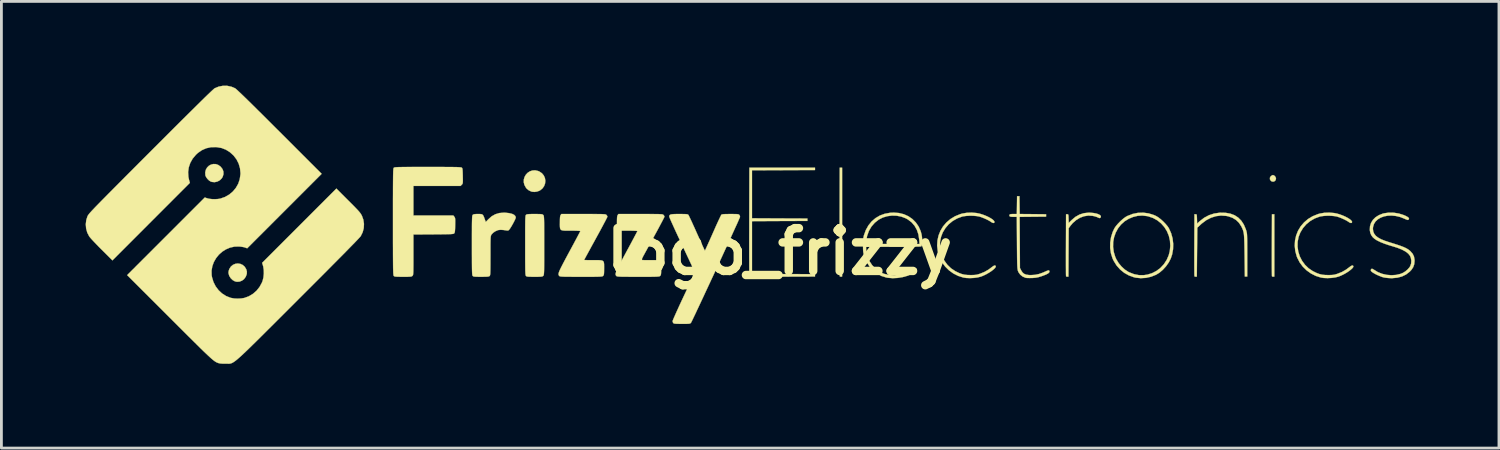
<source format=kicad_pcb>
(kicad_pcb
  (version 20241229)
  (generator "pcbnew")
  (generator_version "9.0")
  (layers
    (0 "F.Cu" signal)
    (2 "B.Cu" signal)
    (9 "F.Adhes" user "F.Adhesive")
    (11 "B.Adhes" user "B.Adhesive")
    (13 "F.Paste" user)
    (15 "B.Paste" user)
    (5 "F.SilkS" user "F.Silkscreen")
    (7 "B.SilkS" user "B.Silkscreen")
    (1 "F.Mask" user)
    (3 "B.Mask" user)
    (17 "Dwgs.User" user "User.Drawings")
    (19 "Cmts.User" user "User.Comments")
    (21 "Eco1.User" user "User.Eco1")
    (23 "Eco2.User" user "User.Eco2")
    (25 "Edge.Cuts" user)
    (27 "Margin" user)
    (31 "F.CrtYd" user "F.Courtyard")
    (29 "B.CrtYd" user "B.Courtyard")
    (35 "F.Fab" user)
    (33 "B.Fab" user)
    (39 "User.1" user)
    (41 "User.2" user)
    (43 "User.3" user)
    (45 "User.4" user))
  (footprint "logo_frizzy"
    (layer "F.Cu")
    (at 24.711 5.909)
    (property "Reference" "logo_frizzy" (at 0 0 0) (layer "F.SilkS") (effects (font (size 1.524 1.524) (thickness 0.3))))
    (attr through_hole)
    (fp_poly (pts (xy 17.611 -2.711) (xy 17.649 -2.675) (xy 17.674 -2.627) (xy 17.678 -2.601) (xy 17.665 -2.544) (xy 17.629 -2.506) (xy 17.581 -2.489) (xy 17.528 -2.498) (xy 17.492 -2.523) (xy 17.462 -2.574) (xy 17.462 -2.63) (xy 17.49 -2.68) (xy 17.503 -2.691) (xy 17.539 -2.715) (xy 17.567 -2.726) (xy 17.568 -2.726) (xy 17.611 -2.711)) (stroke (width 0.01) (type solid)) (fill yes) (layer "F.SilkS"))
    (fp_poly (pts (xy 17.619 0.889) (xy 17.581 0.894) (xy 17.548 0.89) (xy 17.534 0.877) (xy 17.533 0.857) (xy 17.532 0.806) (xy 17.531 0.726) (xy 17.53 0.622) (xy 17.529 0.495) (xy 17.529 0.349) (xy 17.529 0.186) (xy 17.529 0.01) (xy 17.53 -0.177) (xy 17.53 -0.237) (xy 17.534 -1.329) (xy 17.619 -1.329) (xy 17.619 0.889)) (stroke (width 0.01) (type solid)) (fill yes) (layer "F.SilkS"))
    (fp_poly (pts (xy 2.227 0.889) (xy 2.189 0.894) (xy 2.155 0.89) (xy 2.142 0.877) (xy 2.141 0.858) (xy 2.14 0.807) (xy 2.139 0.726) (xy 2.138 0.618) (xy 2.138 0.484) (xy 2.137 0.328) (xy 2.137 0.15) (xy 2.137 -0.046) (xy 2.137 -0.258) (xy 2.137 -0.485) (xy 2.137 -0.725) (xy 2.138 -0.974) (xy 2.138 -1.067) (xy 2.142 -2.989) (xy 2.227 -2.989) (xy 2.227 0.889)) (stroke (width 0.01) (type solid)) (fill yes) (layer "F.SilkS"))
    (fp_poly (pts (xy -20.074 -3.115) (xy -19.987 -3.084) (xy -19.906 -3.026) (xy -19.84 -2.942) (xy -19.805 -2.85) (xy -19.803 -2.755) (xy -19.833 -2.66) (xy -19.864 -2.609) (xy -19.934 -2.539) (xy -20.021 -2.493) (xy -20.116 -2.472) (xy -20.213 -2.48) (xy -20.261 -2.496) (xy -20.317 -2.532) (xy -20.373 -2.587) (xy -20.419 -2.65) (xy -20.446 -2.709) (xy -20.448 -2.718) (xy -20.453 -2.822) (xy -20.431 -2.914) (xy -20.386 -2.993) (xy -20.324 -3.055) (xy -20.248 -3.097) (xy -20.163 -3.118) (xy -20.074 -3.115)) (stroke (width 0.01) (type solid)) (fill yes) (layer "F.SilkS"))
    (fp_poly (pts (xy -19.202 0.438) (xy -19.119 0.476) (xy -19.048 0.538) (xy -18.994 0.625) (xy -18.992 0.63) (xy -18.969 0.714) (xy -18.973 0.797) (xy -19.006 0.888) (xy -19.009 0.894) (xy -19.067 0.976) (xy -19.143 1.035) (xy -19.231 1.069) (xy -19.324 1.076) (xy -19.395 1.06) (xy -19.478 1.013) (xy -19.548 0.944) (xy -19.599 0.861) (xy -19.623 0.772) (xy -19.625 0.745) (xy -19.618 0.691) (xy -19.599 0.631) (xy -19.594 0.618) (xy -19.538 0.532) (xy -19.465 0.472) (xy -19.381 0.436) (xy -19.292 0.424) (xy -19.202 0.438)) (stroke (width 0.01) (type solid)) (fill yes) (layer "F.SilkS"))
    (fp_poly (pts (xy -8.598 -2.87) (xy -8.553 -2.851) (xy -8.462 -2.789) (xy -8.397 -2.71) (xy -8.356 -2.619) (xy -8.341 -2.522) (xy -8.351 -2.424) (xy -8.386 -2.33) (xy -8.445 -2.247) (xy -8.53 -2.179) (xy -8.553 -2.167) (xy -8.637 -2.137) (xy -8.73 -2.124) (xy -8.816 -2.132) (xy -8.843 -2.14) (xy -8.931 -2.181) (xy -8.996 -2.232) (xy -9.03 -2.273) (xy -9.085 -2.37) (xy -9.11 -2.469) (xy -9.107 -2.566) (xy -9.081 -2.657) (xy -9.034 -2.739) (xy -8.97 -2.807) (xy -8.891 -2.858) (xy -8.8 -2.888) (xy -8.702 -2.894) (xy -8.598 -2.87)) (stroke (width 0.01) (type solid)) (fill yes) (layer "F.SilkS"))
    (fp_poly (pts (xy 1.262 -2.904) (xy -0.982 -2.895) (xy -0.982 -1.186) (xy 0.004 -1.181) (xy 0.991 -1.177) (xy 0.991 -1.092) (xy 0.004 -1.088) (xy -0.982 -1.083) (xy -0.982 0.796) (xy 0.14 0.8) (xy 1.262 0.804) (xy 1.262 0.889) (xy 0.097 0.893) (xy -0.139 0.894) (xy -0.343 0.895) (xy -0.517 0.894) (xy -0.663 0.894) (xy -0.783 0.893) (xy -0.88 0.892) (xy -0.955 0.89) (xy -1.01 0.887) (xy -1.047 0.884) (xy -1.068 0.881) (xy -1.076 0.876) (xy -1.077 0.857) (xy -1.078 0.806) (xy -1.079 0.725) (xy -1.079 0.617) (xy -1.08 0.484) (xy -1.08 0.328) (xy -1.081 0.15) (xy -1.081 -0.046) (xy -1.081 -0.258) (xy -1.081 -0.485) (xy -1.08 -0.725) (xy -1.08 -0.974) (xy -1.08 -1.067) (xy -1.075 -2.989) (xy 1.262 -2.989) (xy 1.262 -2.904)) (stroke (width 0.01) (type solid)) (fill yes) (layer "F.SilkS"))
    (fp_poly (pts (xy 11.073 -1.384) (xy 11.185 -1.373) (xy 11.281 -1.355) (xy 11.357 -1.329) (xy 11.412 -1.299) (xy 11.441 -1.265) (xy 11.441 -1.23) (xy 11.425 -1.207) (xy 11.406 -1.194) (xy 11.382 -1.195) (xy 11.342 -1.212) (xy 11.331 -1.218) (xy 11.278 -1.239) (xy 11.207 -1.26) (xy 11.143 -1.273) (xy 10.993 -1.282) (xy 10.844 -1.259) (xy 10.7 -1.206) (xy 10.564 -1.124) (xy 10.44 -1.016) (xy 10.356 -0.916) (xy 10.296 -0.834) (xy 10.291 0.027) (xy 10.287 0.889) (xy 10.249 0.894) (xy 10.216 0.89) (xy 10.202 0.877) (xy 10.201 0.857) (xy 10.199 0.806) (xy 10.198 0.726) (xy 10.198 0.622) (xy 10.197 0.495) (xy 10.197 0.349) (xy 10.197 0.186) (xy 10.197 0.01) (xy 10.198 -0.177) (xy 10.198 -0.237) (xy 10.202 -1.329) (xy 10.245 -1.329) (xy 10.265 -1.328) (xy 10.277 -1.32) (xy 10.285 -1.298) (xy 10.289 -1.256) (xy 10.291 -1.188) (xy 10.292 -1.175) (xy 10.297 -1.021) (xy 10.402 -1.124) (xy 10.538 -1.238) (xy 10.681 -1.318) (xy 10.834 -1.367) (xy 10.999 -1.386) (xy 11.073 -1.384)) (stroke (width 0.01) (type solid)) (fill yes) (layer "F.SilkS"))
    (fp_poly (pts (xy 8.547 -1.655) (xy 8.552 -1.338) (xy 9.022 -1.334) (xy 9.491 -1.329) (xy 9.491 -1.245) (xy 8.549 -1.236) (xy 8.555 -0.325) (xy 8.56 0.585) (xy 8.603 0.669) (xy 8.65 0.741) (xy 8.707 0.791) (xy 8.782 0.821) (xy 8.879 0.835) (xy 8.949 0.837) (xy 9.093 0.828) (xy 9.231 0.8) (xy 9.372 0.751) (xy 9.454 0.715) (xy 9.52 0.686) (xy 9.562 0.671) (xy 9.587 0.668) (xy 9.601 0.676) (xy 9.602 0.678) (xy 9.613 0.713) (xy 9.599 0.746) (xy 9.559 0.781) (xy 9.489 0.817) (xy 9.39 0.856) (xy 9.313 0.883) (xy 9.213 0.913) (xy 9.123 0.93) (xy 9.026 0.939) (xy 8.983 0.941) (xy 8.905 0.942) (xy 8.834 0.941) (xy 8.781 0.937) (xy 8.763 0.934) (xy 8.658 0.89) (xy 8.572 0.823) (xy 8.509 0.736) (xy 8.488 0.686) (xy 8.482 0.664) (xy 8.477 0.636) (xy 8.472 0.601) (xy 8.468 0.553) (xy 8.465 0.492) (xy 8.462 0.414) (xy 8.46 0.317) (xy 8.458 0.196) (xy 8.457 0.051) (xy 8.455 -0.124) (xy 8.454 -0.318) (xy 8.448 -1.236) (xy 8.323 -1.236) (xy 8.249 -1.239) (xy 8.203 -1.25) (xy 8.184 -1.271) (xy 8.186 -1.303) (xy 8.19 -1.312) (xy 8.204 -1.326) (xy 8.237 -1.334) (xy 8.296 -1.338) (xy 8.324 -1.338) (xy 8.449 -1.338) (xy 8.458 -1.973) (xy 8.543 -1.973) (xy 8.547 -1.655)) (stroke (width 0.01) (type solid)) (fill yes) (layer "F.SilkS"))
    (fp_poly (pts (xy 15.883 -1.381) (xy 16.053 -1.351) (xy 16.204 -1.294) (xy 16.333 -1.21) (xy 16.443 -1.099) (xy 16.533 -0.961) (xy 16.604 -0.794) (xy 16.614 -0.762) (xy 16.624 -0.731) (xy 16.631 -0.702) (xy 16.638 -0.671) (xy 16.643 -0.636) (xy 16.647 -0.591) (xy 16.649 -0.535) (xy 16.651 -0.464) (xy 16.653 -0.374) (xy 16.653 -0.262) (xy 16.654 -0.124) (xy 16.654 0.043) (xy 16.654 0.127) (xy 16.654 0.889) (xy 16.569 0.889) (xy 16.56 0.144) (xy 16.557 -0.046) (xy 16.554 -0.205) (xy 16.551 -0.337) (xy 16.547 -0.447) (xy 16.542 -0.536) (xy 16.536 -0.609) (xy 16.527 -0.67) (xy 16.515 -0.721) (xy 16.501 -0.767) (xy 16.484 -0.811) (xy 16.463 -0.856) (xy 16.442 -0.899) (xy 16.36 -1.025) (xy 16.255 -1.127) (xy 16.127 -1.204) (xy 15.978 -1.256) (xy 15.9 -1.271) (xy 15.718 -1.283) (xy 15.54 -1.261) (xy 15.365 -1.206) (xy 15.198 -1.12) (xy 15.038 -1.001) (xy 14.989 -0.957) (xy 14.876 -0.85) (xy 14.867 0.02) (xy 14.859 0.889) (xy 14.821 0.894) (xy 14.788 0.89) (xy 14.774 0.877) (xy 14.773 0.857) (xy 14.771 0.806) (xy 14.77 0.726) (xy 14.77 0.622) (xy 14.769 0.495) (xy 14.769 0.349) (xy 14.769 0.186) (xy 14.769 0.01) (xy 14.77 -0.177) (xy 14.77 -0.237) (xy 14.774 -1.329) (xy 14.817 -1.329) (xy 14.836 -1.328) (xy 14.849 -1.32) (xy 14.856 -1.3) (xy 14.86 -1.26) (xy 14.863 -1.195) (xy 14.864 -1.163) (xy 14.869 -0.997) (xy 14.963 -1.083) (xy 15.12 -1.204) (xy 15.291 -1.295) (xy 15.476 -1.355) (xy 15.673 -1.384) (xy 15.691 -1.385) (xy 15.883 -1.381)) (stroke (width 0.01) (type solid)) (fill yes) (layer "F.SilkS"))
    (fp_poly (pts (xy -8.62 -1.337) (xy -8.546 -1.336) (xy -8.494 -1.333) (xy -8.459 -1.328) (xy -8.437 -1.32) (xy -8.421 -1.308) (xy -8.416 -1.304) (xy -8.409 -1.296) (xy -8.403 -1.286) (xy -8.398 -1.271) (xy -8.394 -1.249) (xy -8.391 -1.217) (xy -8.388 -1.173) (xy -8.386 -1.113) (xy -8.384 -1.036) (xy -8.383 -0.939) (xy -8.383 -0.819) (xy -8.382 -0.673) (xy -8.382 -0.5) (xy -8.382 -0.296) (xy -8.382 -0.22) (xy -8.382 -0.006) (xy -8.382 0.178) (xy -8.382 0.332) (xy -8.383 0.461) (xy -8.384 0.565) (xy -8.385 0.649) (xy -8.387 0.714) (xy -8.39 0.764) (xy -8.393 0.8) (xy -8.397 0.825) (xy -8.401 0.842) (xy -8.407 0.853) (xy -8.413 0.861) (xy -8.416 0.864) (xy -8.431 0.876) (xy -8.451 0.885) (xy -8.481 0.891) (xy -8.526 0.895) (xy -8.592 0.897) (xy -8.685 0.897) (xy -8.727 0.897) (xy -8.831 0.897) (xy -8.906 0.896) (xy -8.959 0.893) (xy -8.993 0.887) (xy -9.015 0.88) (xy -9.029 0.868) (xy -9.031 0.867) (xy -9.037 0.858) (xy -9.042 0.844) (xy -9.046 0.822) (xy -9.05 0.79) (xy -9.052 0.745) (xy -9.055 0.684) (xy -9.056 0.606) (xy -9.057 0.507) (xy -9.058 0.385) (xy -9.059 0.238) (xy -9.059 0.063) (xy -9.059 -0.143) (xy -9.059 -0.223) (xy -9.059 -0.439) (xy -9.059 -0.624) (xy -9.059 -0.779) (xy -9.058 -0.909) (xy -9.057 -1.015) (xy -9.056 -1.099) (xy -9.054 -1.165) (xy -9.051 -1.215) (xy -9.048 -1.251) (xy -9.044 -1.276) (xy -9.04 -1.292) (xy -9.034 -1.303) (xy -9.028 -1.31) (xy -9.012 -1.32) (xy -8.986 -1.328) (xy -8.946 -1.333) (xy -8.886 -1.336) (xy -8.801 -1.338) (xy -8.724 -1.338) (xy -8.62 -1.337)) (stroke (width 0.01) (type solid)) (fill yes) (layer "F.SilkS"))
    (fp_poly (pts (xy 13.143 -1.36) (xy 13.332 -1.301) (xy 13.409 -1.266) (xy 13.487 -1.219) (xy 13.575 -1.151) (xy 13.665 -1.069) (xy 13.75 -0.981) (xy 13.821 -0.896) (xy 13.864 -0.83) (xy 13.943 -0.656) (xy 13.995 -0.47) (xy 14.018 -0.277) (xy 14.013 -0.084) (xy 13.979 0.104) (xy 13.931 0.246) (xy 13.858 0.388) (xy 13.761 0.525) (xy 13.648 0.649) (xy 13.525 0.753) (xy 13.405 0.826) (xy 13.231 0.895) (xy 13.048 0.936) (xy 12.863 0.947) (xy 12.683 0.929) (xy 12.62 0.914) (xy 12.441 0.85) (xy 12.275 0.757) (xy 12.128 0.638) (xy 12.001 0.495) (xy 11.899 0.332) (xy 11.858 0.246) (xy 11.801 0.066) (xy 11.773 -0.123) (xy 11.773 -0.165) (xy 11.877 -0.165) (xy 11.901 0.013) (xy 11.954 0.188) (xy 11.991 0.271) (xy 12.073 0.408) (xy 12.178 0.534) (xy 12.297 0.642) (xy 12.425 0.725) (xy 12.449 0.737) (xy 12.623 0.804) (xy 12.794 0.838) (xy 12.966 0.84) (xy 13.097 0.821) (xy 13.268 0.768) (xy 13.426 0.686) (xy 13.566 0.578) (xy 13.687 0.448) (xy 13.785 0.298) (xy 13.857 0.132) (xy 13.896 -0.017) (xy 13.914 -0.205) (xy 13.902 -0.388) (xy 13.862 -0.562) (xy 13.795 -0.724) (xy 13.703 -0.872) (xy 13.589 -1.002) (xy 13.455 -1.111) (xy 13.301 -1.196) (xy 13.131 -1.254) (xy 13.098 -1.262) (xy 12.924 -1.283) (xy 12.756 -1.274) (xy 12.587 -1.232) (xy 12.437 -1.17) (xy 12.287 -1.078) (xy 12.159 -0.962) (xy 12.053 -0.827) (xy 11.971 -0.676) (xy 11.913 -0.513) (xy 11.881 -0.341) (xy 11.877 -0.165) (xy 11.773 -0.165) (xy 11.774 -0.317) (xy 11.803 -0.509) (xy 11.86 -0.693) (xy 11.925 -0.83) (xy 11.978 -0.908) (xy 12.052 -0.994) (xy 12.138 -1.082) (xy 12.228 -1.162) (xy 12.315 -1.228) (xy 12.381 -1.266) (xy 12.567 -1.339) (xy 12.758 -1.379) (xy 12.951 -1.386) (xy 13.143 -1.36)) (stroke (width 0.01) (type solid)) (fill yes) (layer "F.SilkS"))
    (fp_poly (pts (xy 7.015 -1.373) (xy 7.109 -1.355) (xy 7.216 -1.324) (xy 7.321 -1.285) (xy 7.42 -1.241) (xy 7.508 -1.194) (xy 7.579 -1.148) (xy 7.629 -1.103) (xy 7.653 -1.065) (xy 7.654 -1.055) (xy 7.643 -1.024) (xy 7.612 -1.017) (xy 7.566 -1.033) (xy 7.53 -1.057) (xy 7.468 -1.097) (xy 7.384 -1.141) (xy 7.289 -1.184) (xy 7.193 -1.222) (xy 7.112 -1.248) (xy 7.015 -1.265) (xy 6.898 -1.275) (xy 6.772 -1.277) (xy 6.65 -1.27) (xy 6.544 -1.256) (xy 6.504 -1.247) (xy 6.327 -1.182) (xy 6.166 -1.09) (xy 6.024 -0.974) (xy 5.905 -0.836) (xy 5.811 -0.681) (xy 5.751 -0.525) (xy 5.715 -0.349) (xy 5.712 -0.172) (xy 5.738 0.004) (xy 5.792 0.172) (xy 5.873 0.33) (xy 5.978 0.472) (xy 6.106 0.596) (xy 6.255 0.696) (xy 6.275 0.706) (xy 6.39 0.762) (xy 6.491 0.8) (xy 6.589 0.823) (xy 6.697 0.834) (xy 6.807 0.836) (xy 6.901 0.835) (xy 6.972 0.83) (xy 7.033 0.82) (xy 7.094 0.803) (xy 7.137 0.789) (xy 7.298 0.724) (xy 7.439 0.643) (xy 7.543 0.566) (xy 7.607 0.518) (xy 7.652 0.495) (xy 7.682 0.497) (xy 7.7 0.519) (xy 7.695 0.551) (xy 7.664 0.594) (xy 7.611 0.643) (xy 7.541 0.697) (xy 7.458 0.751) (xy 7.368 0.803) (xy 7.275 0.849) (xy 7.183 0.887) (xy 7.171 0.891) (xy 7.056 0.92) (xy 6.923 0.938) (xy 6.782 0.945) (xy 6.649 0.94) (xy 6.543 0.924) (xy 6.36 0.866) (xy 6.188 0.779) (xy 6.033 0.667) (xy 5.897 0.533) (xy 5.784 0.381) (xy 5.699 0.213) (xy 5.684 0.175) (xy 5.632 -0.018) (xy 5.611 -0.209) (xy 5.622 -0.395) (xy 5.662 -0.574) (xy 5.729 -0.742) (xy 5.823 -0.898) (xy 5.942 -1.037) (xy 6.084 -1.158) (xy 6.247 -1.257) (xy 6.43 -1.332) (xy 6.509 -1.355) (xy 6.67 -1.382) (xy 6.843 -1.388) (xy 7.015 -1.373)) (stroke (width 0.01) (type solid)) (fill yes) (layer "F.SilkS"))
    (fp_poly (pts (xy 19.749 -1.373) (xy 19.843 -1.355) (xy 19.95 -1.324) (xy 20.055 -1.285) (xy 20.154 -1.241) (xy 20.242 -1.194) (xy 20.313 -1.148) (xy 20.363 -1.103) (xy 20.387 -1.065) (xy 20.388 -1.055) (xy 20.377 -1.024) (xy 20.346 -1.017) (xy 20.3 -1.033) (xy 20.264 -1.057) (xy 20.202 -1.097) (xy 20.118 -1.141) (xy 20.023 -1.184) (xy 19.927 -1.222) (xy 19.846 -1.248) (xy 19.749 -1.265) (xy 19.632 -1.275) (xy 19.506 -1.277) (xy 19.384 -1.27) (xy 19.278 -1.256) (xy 19.238 -1.247) (xy 19.061 -1.182) (xy 18.9 -1.09) (xy 18.758 -0.974) (xy 18.639 -0.836) (xy 18.545 -0.681) (xy 18.484 -0.525) (xy 18.449 -0.349) (xy 18.446 -0.172) (xy 18.472 0.004) (xy 18.526 0.172) (xy 18.607 0.33) (xy 18.712 0.472) (xy 18.84 0.596) (xy 18.989 0.696) (xy 19.009 0.706) (xy 19.124 0.762) (xy 19.225 0.8) (xy 19.323 0.823) (xy 19.431 0.834) (xy 19.541 0.836) (xy 19.635 0.835) (xy 19.706 0.83) (xy 19.767 0.82) (xy 19.828 0.803) (xy 19.871 0.789) (xy 20.032 0.724) (xy 20.173 0.643) (xy 20.276 0.566) (xy 20.341 0.518) (xy 20.386 0.495) (xy 20.416 0.497) (xy 20.434 0.519) (xy 20.429 0.551) (xy 20.397 0.594) (xy 20.344 0.643) (xy 20.274 0.697) (xy 20.192 0.751) (xy 20.102 0.803) (xy 20.008 0.849) (xy 19.916 0.887) (xy 19.905 0.891) (xy 19.79 0.92) (xy 19.656 0.938) (xy 19.516 0.945) (xy 19.382 0.94) (xy 19.277 0.924) (xy 19.094 0.866) (xy 18.922 0.779) (xy 18.766 0.667) (xy 18.63 0.533) (xy 18.518 0.381) (xy 18.433 0.213) (xy 18.418 0.175) (xy 18.365 -0.018) (xy 18.345 -0.209) (xy 18.356 -0.395) (xy 18.396 -0.574) (xy 18.463 -0.742) (xy 18.557 -0.898) (xy 18.676 -1.037) (xy 18.817 -1.158) (xy 18.981 -1.257) (xy 19.164 -1.332) (xy 19.243 -1.355) (xy 19.403 -1.382) (xy 19.577 -1.388) (xy 19.749 -1.373)) (stroke (width 0.01) (type solid)) (fill yes) (layer "F.SilkS"))
    (fp_poly (pts (xy -9.763 -1.384) (xy -9.63 -1.369) (xy -9.526 -1.344) (xy -9.451 -1.308) (xy -9.407 -1.262) (xy -9.394 -1.213) (xy -9.402 -1.182) (xy -9.425 -1.129) (xy -9.458 -1.062) (xy -9.498 -0.987) (xy -9.54 -0.913) (xy -9.582 -0.845) (xy -9.614 -0.798) (xy -9.645 -0.762) (xy -9.673 -0.749) (xy -9.713 -0.751) (xy -9.718 -0.752) (xy -9.843 -0.77) (xy -9.94 -0.775) (xy -10.013 -0.767) (xy -10.035 -0.761) (xy -10.124 -0.722) (xy -10.202 -0.668) (xy -10.258 -0.607) (xy -10.262 -0.601) (xy -10.27 -0.586) (xy -10.277 -0.569) (xy -10.282 -0.547) (xy -10.287 -0.515) (xy -10.29 -0.472) (xy -10.292 -0.413) (xy -10.294 -0.335) (xy -10.295 -0.235) (xy -10.295 -0.11) (xy -10.295 0.043) (xy -10.295 0.148) (xy -10.296 0.32) (xy -10.296 0.461) (xy -10.297 0.575) (xy -10.298 0.664) (xy -10.3 0.732) (xy -10.302 0.783) (xy -10.306 0.818) (xy -10.311 0.842) (xy -10.316 0.857) (xy -10.324 0.867) (xy -10.326 0.869) (xy -10.343 0.88) (xy -10.369 0.888) (xy -10.41 0.893) (xy -10.47 0.896) (xy -10.555 0.897) (xy -10.629 0.897) (xy -10.732 0.897) (xy -10.806 0.896) (xy -10.858 0.892) (xy -10.892 0.887) (xy -10.913 0.879) (xy -10.927 0.867) (xy -10.928 0.867) (xy -10.934 0.858) (xy -10.938 0.844) (xy -10.943 0.822) (xy -10.946 0.79) (xy -10.949 0.745) (xy -10.951 0.684) (xy -10.953 0.606) (xy -10.954 0.507) (xy -10.955 0.385) (xy -10.955 0.238) (xy -10.956 0.063) (xy -10.956 -0.143) (xy -10.956 -0.223) (xy -10.956 -0.439) (xy -10.956 -0.624) (xy -10.955 -0.779) (xy -10.955 -0.909) (xy -10.954 -1.015) (xy -10.952 -1.099) (xy -10.95 -1.165) (xy -10.948 -1.215) (xy -10.945 -1.251) (xy -10.941 -1.276) (xy -10.936 -1.292) (xy -10.931 -1.303) (xy -10.925 -1.31) (xy -10.901 -1.324) (xy -10.862 -1.333) (xy -10.802 -1.337) (xy -10.739 -1.338) (xy -10.664 -1.337) (xy -10.612 -1.332) (xy -10.577 -1.316) (xy -10.551 -1.284) (xy -10.527 -1.232) (xy -10.5 -1.158) (xy -10.463 -1.055) (xy -10.37 -1.151) (xy -10.252 -1.256) (xy -10.123 -1.329) (xy -9.981 -1.372) (xy -9.823 -1.386) (xy -9.763 -1.384)) (stroke (width 0.01) (type solid)) (fill yes) (layer "F.SilkS"))
    (fp_poly (pts (xy 4.254 -1.373) (xy 4.429 -1.329) (xy 4.588 -1.257) (xy 4.73 -1.159) (xy 4.851 -1.038) (xy 4.95 -0.896) (xy 5.023 -0.733) (xy 5.055 -0.618) (xy 5.069 -0.538) (xy 5.077 -0.451) (xy 5.079 -0.366) (xy 5.075 -0.29) (xy 5.066 -0.229) (xy 5.052 -0.192) (xy 5.046 -0.186) (xy 5.024 -0.183) (xy 4.97 -0.179) (xy 4.887 -0.177) (xy 4.776 -0.174) (xy 4.64 -0.173) (xy 4.481 -0.171) (xy 4.3 -0.17) (xy 4.101 -0.17) (xy 4.051 -0.17) (xy 3.082 -0.169) (xy 3.082 -0.096) (xy 3.09 -0.013) (xy 3.111 0.088) (xy 3.142 0.193) (xy 3.179 0.292) (xy 3.204 0.343) (xy 3.293 0.479) (xy 3.406 0.599) (xy 3.535 0.699) (xy 3.674 0.773) (xy 3.737 0.796) (xy 3.903 0.831) (xy 4.081 0.841) (xy 4.264 0.826) (xy 4.443 0.788) (xy 4.611 0.728) (xy 4.746 0.656) (xy 4.8 0.622) (xy 4.833 0.605) (xy 4.853 0.603) (xy 4.867 0.613) (xy 4.872 0.62) (xy 4.89 0.649) (xy 4.888 0.672) (xy 4.862 0.698) (xy 4.839 0.717) (xy 4.708 0.797) (xy 4.554 0.862) (xy 4.385 0.909) (xy 4.208 0.938) (xy 4.031 0.947) (xy 3.862 0.934) (xy 3.797 0.922) (xy 3.625 0.868) (xy 3.468 0.785) (xy 3.328 0.674) (xy 3.206 0.537) (xy 3.105 0.377) (xy 3.026 0.196) (xy 3.011 0.152) (xy 2.995 0.095) (xy 2.984 0.041) (xy 2.977 -0.018) (xy 2.973 -0.091) (xy 2.972 -0.186) (xy 2.972 -0.22) (xy 2.973 -0.271) (xy 3.071 -0.271) (xy 4.983 -0.271) (xy 4.973 -0.425) (xy 4.945 -0.608) (xy 4.89 -0.772) (xy 4.809 -0.917) (xy 4.703 -1.041) (xy 4.571 -1.142) (xy 4.492 -1.186) (xy 4.337 -1.245) (xy 4.171 -1.277) (xy 4.001 -1.282) (xy 3.833 -1.26) (xy 3.675 -1.212) (xy 3.532 -1.139) (xy 3.529 -1.137) (xy 3.387 -1.024) (xy 3.271 -0.89) (xy 3.181 -0.735) (xy 3.118 -0.56) (xy 3.085 -0.385) (xy 3.071 -0.271) (xy 2.973 -0.271) (xy 2.974 -0.34) (xy 2.979 -0.433) (xy 2.988 -0.508) (xy 3.002 -0.572) (xy 3.003 -0.576) (xy 3.071 -0.765) (xy 3.164 -0.932) (xy 3.28 -1.075) (xy 3.417 -1.192) (xy 3.573 -1.284) (xy 3.747 -1.347) (xy 3.938 -1.382) (xy 4.066 -1.388) (xy 4.254 -1.373)) (stroke (width 0.01) (type solid)) (fill yes) (layer "F.SilkS"))
    (fp_poly (pts (xy 21.873 -1.384) (xy 22.054 -1.355) (xy 22.227 -1.3) (xy 22.28 -1.278) (xy 22.356 -1.239) (xy 22.4 -1.206) (xy 22.416 -1.176) (xy 22.405 -1.147) (xy 22.399 -1.14) (xy 22.383 -1.129) (xy 22.362 -1.127) (xy 22.328 -1.138) (xy 22.274 -1.161) (xy 22.248 -1.173) (xy 22.098 -1.232) (xy 21.947 -1.268) (xy 21.8 -1.283) (xy 21.659 -1.278) (xy 21.528 -1.254) (xy 21.41 -1.211) (xy 21.308 -1.151) (xy 21.226 -1.076) (xy 21.168 -0.985) (xy 21.135 -0.88) (xy 21.129 -0.812) (xy 21.14 -0.72) (xy 21.173 -0.638) (xy 21.23 -0.564) (xy 21.314 -0.498) (xy 21.425 -0.437) (xy 21.568 -0.38) (xy 21.692 -0.339) (xy 21.86 -0.287) (xy 21.999 -0.243) (xy 22.112 -0.204) (xy 22.205 -0.169) (xy 22.28 -0.136) (xy 22.341 -0.104) (xy 22.393 -0.072) (xy 22.438 -0.036) (xy 22.463 -0.015) (xy 22.542 0.075) (xy 22.591 0.173) (xy 22.611 0.285) (xy 22.613 0.33) (xy 22.601 0.45) (xy 22.565 0.554) (xy 22.501 0.65) (xy 22.439 0.716) (xy 22.311 0.815) (xy 22.165 0.886) (xy 21.999 0.93) (xy 21.814 0.947) (xy 21.785 0.947) (xy 21.699 0.943) (xy 21.61 0.935) (xy 21.534 0.924) (xy 21.522 0.922) (xy 21.445 0.9) (xy 21.354 0.864) (xy 21.259 0.822) (xy 21.173 0.776) (xy 21.105 0.733) (xy 21.093 0.724) (xy 21.06 0.69) (xy 21.053 0.659) (xy 21.056 0.647) (xy 21.075 0.616) (xy 21.109 0.614) (xy 21.158 0.64) (xy 21.172 0.65) (xy 21.307 0.732) (xy 21.46 0.792) (xy 21.623 0.829) (xy 21.791 0.842) (xy 21.955 0.831) (xy 22.11 0.795) (xy 22.198 0.759) (xy 22.284 0.706) (xy 22.366 0.636) (xy 22.433 0.559) (xy 22.459 0.517) (xy 22.49 0.425) (xy 22.497 0.322) (xy 22.48 0.22) (xy 22.45 0.15) (xy 22.385 0.07) (xy 22.287 -0.005) (xy 22.157 -0.074) (xy 21.997 -0.137) (xy 21.895 -0.169) (xy 21.696 -0.229) (xy 21.528 -0.286) (xy 21.388 -0.342) (xy 21.275 -0.398) (xy 21.186 -0.456) (xy 21.119 -0.517) (xy 21.071 -0.585) (xy 21.039 -0.658) (xy 21.022 -0.741) (xy 21.019 -0.776) (xy 21.026 -0.904) (xy 21.064 -1.023) (xy 21.13 -1.13) (xy 21.223 -1.222) (xy 21.34 -1.296) (xy 21.479 -1.351) (xy 21.526 -1.363) (xy 21.694 -1.387) (xy 21.873 -1.384)) (stroke (width 0.01) (type solid)) (fill yes) (layer "F.SilkS"))
    (fp_poly (pts (xy -6.8 -1.338) (xy -6.648 -1.337) (xy -6.523 -1.337) (xy -6.423 -1.336) (xy -6.345 -1.335) (xy -6.285 -1.332) (xy -6.242 -1.33) (xy -6.211 -1.326) (xy -6.191 -1.321) (xy -6.177 -1.315) (xy -6.168 -1.308) (xy -6.164 -1.304) (xy -6.139 -1.27) (xy -6.13 -1.244) (xy -6.138 -1.225) (xy -6.161 -1.178) (xy -6.197 -1.108) (xy -6.245 -1.017) (xy -6.303 -0.908) (xy -6.369 -0.784) (xy -6.443 -0.648) (xy -6.523 -0.502) (xy -6.545 -0.462) (xy -6.625 -0.315) (xy -6.701 -0.178) (xy -6.769 -0.052) (xy -6.83 0.059) (xy -6.881 0.152) (xy -6.92 0.225) (xy -6.947 0.274) (xy -6.959 0.298) (xy -6.96 0.299) (xy -6.944 0.301) (xy -6.899 0.303) (xy -6.831 0.304) (xy -6.744 0.304) (xy -6.645 0.305) (xy -6.638 0.305) (xy -6.513 0.305) (xy -6.418 0.306) (xy -6.349 0.312) (xy -6.302 0.326) (xy -6.272 0.351) (xy -6.256 0.39) (xy -6.249 0.446) (xy -6.248 0.523) (xy -6.248 0.601) (xy -6.249 0.695) (xy -6.251 0.76) (xy -6.255 0.805) (xy -6.262 0.833) (xy -6.273 0.853) (xy -6.282 0.864) (xy -6.291 0.872) (xy -6.303 0.878) (xy -6.321 0.884) (xy -6.347 0.888) (xy -6.385 0.891) (xy -6.438 0.894) (xy -6.509 0.895) (xy -6.601 0.897) (xy -6.717 0.897) (xy -6.86 0.897) (xy -7.034 0.897) (xy -7.067 0.897) (xy -7.247 0.897) (xy -7.395 0.897) (xy -7.516 0.896) (xy -7.612 0.895) (xy -7.687 0.894) (xy -7.743 0.891) (xy -7.783 0.888) (xy -7.81 0.884) (xy -7.828 0.879) (xy -7.839 0.873) (xy -7.846 0.867) (xy -7.86 0.849) (xy -7.869 0.83) (xy -7.872 0.807) (xy -7.869 0.777) (xy -7.858 0.738) (xy -7.839 0.686) (xy -7.809 0.621) (xy -7.768 0.538) (xy -7.715 0.435) (xy -7.649 0.31) (xy -7.569 0.16) (xy -7.485 0.004) (xy -7.407 -0.14) (xy -7.334 -0.275) (xy -7.269 -0.398) (xy -7.211 -0.506) (xy -7.164 -0.596) (xy -7.127 -0.665) (xy -7.104 -0.711) (xy -7.095 -0.73) (xy -7.095 -0.731) (xy -7.111 -0.735) (xy -7.156 -0.739) (xy -7.225 -0.742) (xy -7.312 -0.744) (xy -7.413 -0.745) (xy -7.433 -0.745) (xy -7.558 -0.745) (xy -7.653 -0.746) (xy -7.722 -0.752) (xy -7.769 -0.765) (xy -7.799 -0.789) (xy -7.816 -0.827) (xy -7.822 -0.882) (xy -7.824 -0.956) (xy -7.823 -1.041) (xy -7.822 -1.14) (xy -7.819 -1.21) (xy -7.813 -1.257) (xy -7.804 -1.288) (xy -7.797 -1.3) (xy -7.77 -1.338) (xy -6.984 -1.338) (xy -6.8 -1.338)) (stroke (width 0.01) (type solid)) (fill yes) (layer "F.SilkS"))
    (fp_poly (pts (xy -4.768 -1.338) (xy -4.616 -1.337) (xy -4.491 -1.337) (xy -4.391 -1.336) (xy -4.313 -1.335) (xy -4.253 -1.332) (xy -4.21 -1.33) (xy -4.179 -1.326) (xy -4.159 -1.321) (xy -4.145 -1.315) (xy -4.136 -1.308) (xy -4.132 -1.304) (xy -4.107 -1.27) (xy -4.098 -1.244) (xy -4.106 -1.225) (xy -4.129 -1.178) (xy -4.165 -1.108) (xy -4.213 -1.017) (xy -4.271 -0.908) (xy -4.337 -0.784) (xy -4.411 -0.648) (xy -4.491 -0.502) (xy -4.513 -0.462) (xy -4.593 -0.315) (xy -4.669 -0.178) (xy -4.737 -0.052) (xy -4.798 0.059) (xy -4.849 0.152) (xy -4.888 0.225) (xy -4.915 0.274) (xy -4.927 0.298) (xy -4.928 0.299) (xy -4.912 0.301) (xy -4.867 0.303) (xy -4.799 0.304) (xy -4.712 0.304) (xy -4.613 0.305) (xy -4.606 0.305) (xy -4.481 0.305) (xy -4.386 0.306) (xy -4.317 0.312) (xy -4.27 0.326) (xy -4.24 0.351) (xy -4.224 0.39) (xy -4.217 0.446) (xy -4.216 0.523) (xy -4.216 0.601) (xy -4.217 0.695) (xy -4.219 0.76) (xy -4.223 0.805) (xy -4.23 0.833) (xy -4.241 0.853) (xy -4.25 0.864) (xy -4.259 0.872) (xy -4.271 0.878) (xy -4.289 0.884) (xy -4.315 0.888) (xy -4.353 0.891) (xy -4.406 0.894) (xy -4.477 0.895) (xy -4.569 0.897) (xy -4.685 0.897) (xy -4.828 0.897) (xy -5.002 0.897) (xy -5.035 0.897) (xy -5.215 0.897) (xy -5.363 0.897) (xy -5.484 0.896) (xy -5.58 0.895) (xy -5.655 0.894) (xy -5.711 0.891) (xy -5.751 0.888) (xy -5.778 0.884) (xy -5.796 0.879) (xy -5.807 0.873) (xy -5.814 0.867) (xy -5.828 0.849) (xy -5.837 0.83) (xy -5.84 0.807) (xy -5.837 0.777) (xy -5.826 0.738) (xy -5.807 0.686) (xy -5.777 0.621) (xy -5.736 0.538) (xy -5.683 0.435) (xy -5.617 0.31) (xy -5.537 0.16) (xy -5.453 0.004) (xy -5.375 -0.14) (xy -5.302 -0.275) (xy -5.237 -0.398) (xy -5.179 -0.506) (xy -5.132 -0.596) (xy -5.095 -0.665) (xy -5.072 -0.711) (xy -5.063 -0.73) (xy -5.063 -0.731) (xy -5.079 -0.735) (xy -5.124 -0.739) (xy -5.193 -0.742) (xy -5.28 -0.744) (xy -5.381 -0.745) (xy -5.401 -0.745) (xy -5.526 -0.745) (xy -5.621 -0.746) (xy -5.69 -0.752) (xy -5.737 -0.765) (xy -5.767 -0.789) (xy -5.784 -0.827) (xy -5.79 -0.882) (xy -5.792 -0.956) (xy -5.791 -1.041) (xy -5.79 -1.14) (xy -5.787 -1.21) (xy -5.781 -1.257) (xy -5.772 -1.288) (xy -5.765 -1.3) (xy -5.738 -1.338) (xy -4.952 -1.338) (xy -4.768 -1.338)) (stroke (width 0.01) (type solid)) (fill yes) (layer "F.SilkS"))
    (fp_poly (pts (xy -1.646 -1.337) (xy -1.568 -1.336) (xy -1.513 -1.334) (xy -1.477 -1.329) (xy -1.454 -1.322) (xy -1.438 -1.312) (xy -1.431 -1.304) (xy -1.41 -1.262) (xy -1.409 -1.232) (xy -1.418 -1.21) (xy -1.44 -1.159) (xy -1.473 -1.083) (xy -1.518 -0.982) (xy -1.574 -0.861) (xy -1.638 -0.72) (xy -1.709 -0.563) (xy -1.788 -0.391) (xy -1.873 -0.207) (xy -1.962 -0.014) (xy -2.054 0.187) (xy -2.15 0.394) (xy -2.246 0.603) (xy -2.343 0.812) (xy -2.44 1.02) (xy -2.535 1.224) (xy -2.627 1.421) (xy -2.715 1.61) (xy -2.798 1.787) (xy -2.875 1.952) (xy -2.945 2.1) (xy -3.006 2.231) (xy -3.059 2.341) (xy -3.101 2.429) (xy -3.132 2.492) (xy -3.151 2.528) (xy -3.155 2.536) (xy -3.169 2.55) (xy -3.186 2.56) (xy -3.211 2.567) (xy -3.249 2.571) (xy -3.306 2.573) (xy -3.388 2.574) (xy -3.473 2.574) (xy -3.581 2.573) (xy -3.66 2.572) (xy -3.715 2.568) (xy -3.752 2.563) (xy -3.774 2.555) (xy -3.783 2.547) (xy -3.804 2.51) (xy -3.81 2.477) (xy -3.803 2.454) (xy -3.783 2.404) (xy -3.75 2.328) (xy -3.707 2.231) (xy -3.655 2.115) (xy -3.595 1.983) (xy -3.528 1.838) (xy -3.456 1.683) (xy -3.411 1.587) (xy -3.012 0.741) (xy -3.47 -0.233) (xy -3.55 -0.404) (xy -3.626 -0.566) (xy -3.696 -0.717) (xy -3.759 -0.855) (xy -3.814 -0.976) (xy -3.86 -1.078) (xy -3.895 -1.158) (xy -3.918 -1.213) (xy -3.928 -1.242) (xy -3.929 -1.244) (xy -3.926 -1.275) (xy -3.914 -1.299) (xy -3.89 -1.316) (xy -3.848 -1.327) (xy -3.786 -1.334) (xy -3.698 -1.337) (xy -3.581 -1.338) (xy -3.57 -1.338) (xy -3.461 -1.337) (xy -3.382 -1.336) (xy -3.326 -1.333) (xy -3.289 -1.329) (xy -3.265 -1.321) (xy -3.251 -1.312) (xy -3.248 -1.308) (xy -3.235 -1.287) (xy -3.211 -1.237) (xy -3.176 -1.164) (xy -3.132 -1.071) (xy -3.082 -0.96) (xy -3.025 -0.836) (xy -2.965 -0.701) (xy -2.945 -0.656) (xy -2.884 -0.521) (xy -2.828 -0.395) (xy -2.777 -0.284) (xy -2.734 -0.188) (xy -2.699 -0.113) (xy -2.674 -0.061) (xy -2.661 -0.036) (xy -2.659 -0.034) (xy -2.65 -0.049) (xy -2.63 -0.092) (xy -2.599 -0.159) (xy -2.559 -0.248) (xy -2.511 -0.354) (xy -2.457 -0.475) (xy -2.398 -0.608) (xy -2.373 -0.665) (xy -2.312 -0.802) (xy -2.255 -0.931) (xy -2.202 -1.046) (xy -2.156 -1.145) (xy -2.118 -1.225) (xy -2.09 -1.282) (xy -2.072 -1.313) (xy -2.069 -1.317) (xy -2.046 -1.325) (xy -1.998 -1.332) (xy -1.923 -1.336) (xy -1.819 -1.337) (xy -1.752 -1.338) (xy -1.646 -1.337)) (stroke (width 0.01) (type solid)) (fill yes) (layer "F.SilkS"))
    (fp_poly (pts (xy -12.295 -3.014) (xy -12.093 -3.014) (xy -11.921 -3.013) (xy -11.776 -3.012) (xy -11.655 -3.011) (xy -11.558 -3.01) (xy -11.48 -3.008) (xy -11.421 -3.005) (xy -11.377 -3.002) (xy -11.347 -2.998) (xy -11.328 -2.994) (xy -11.319 -2.99) (xy -11.306 -2.978) (xy -11.297 -2.96) (xy -11.291 -2.93) (xy -11.287 -2.884) (xy -11.284 -2.815) (xy -11.281 -2.719) (xy -11.281 -2.694) (xy -11.279 -2.593) (xy -11.278 -2.519) (xy -11.28 -2.469) (xy -11.284 -2.435) (xy -11.292 -2.412) (xy -11.303 -2.395) (xy -11.318 -2.38) (xy -11.361 -2.337) (xy -13.039 -2.337) (xy -13.039 -1.287) (xy -11.619 -1.287) (xy -11.582 -1.241) (xy -11.569 -1.221) (xy -11.559 -1.199) (xy -11.553 -1.169) (xy -11.55 -1.125) (xy -11.55 -1.06) (xy -11.551 -0.97) (xy -11.552 -0.937) (xy -11.554 -0.835) (xy -11.558 -0.762) (xy -11.563 -0.711) (xy -11.57 -0.679) (xy -11.579 -0.658) (xy -11.587 -0.648) (xy -11.597 -0.641) (xy -11.611 -0.635) (xy -11.633 -0.63) (xy -11.667 -0.626) (xy -11.714 -0.622) (xy -11.779 -0.62) (xy -11.864 -0.618) (xy -11.973 -0.616) (xy -12.108 -0.615) (xy -12.274 -0.614) (xy -12.328 -0.613) (xy -13.039 -0.609) (xy -13.039 0.111) (xy -13.039 0.286) (xy -13.039 0.43) (xy -13.04 0.547) (xy -13.041 0.639) (xy -13.042 0.71) (xy -13.045 0.762) (xy -13.048 0.8) (xy -13.052 0.826) (xy -13.058 0.843) (xy -13.065 0.855) (xy -13.073 0.864) (xy -13.087 0.876) (xy -13.106 0.885) (xy -13.134 0.891) (xy -13.177 0.894) (xy -13.24 0.897) (xy -13.328 0.897) (xy -13.409 0.897) (xy -13.518 0.897) (xy -13.598 0.896) (xy -13.655 0.893) (xy -13.693 0.889) (xy -13.717 0.882) (xy -13.733 0.872) (xy -13.739 0.867) (xy -13.743 0.86) (xy -13.747 0.848) (xy -13.75 0.83) (xy -13.753 0.804) (xy -13.756 0.768) (xy -13.758 0.719) (xy -13.76 0.657) (xy -13.762 0.579) (xy -13.763 0.483) (xy -13.764 0.367) (xy -13.765 0.231) (xy -13.766 0.071) (xy -13.766 -0.114) (xy -13.767 -0.326) (xy -13.767 -0.566) (xy -13.767 -0.837) (xy -13.767 -1.061) (xy -13.767 -1.355) (xy -13.767 -1.618) (xy -13.767 -1.85) (xy -13.766 -2.054) (xy -13.766 -2.231) (xy -13.765 -2.384) (xy -13.764 -2.514) (xy -13.763 -2.624) (xy -13.762 -2.714) (xy -13.76 -2.788) (xy -13.759 -2.846) (xy -13.756 -2.892) (xy -13.754 -2.925) (xy -13.751 -2.95) (xy -13.747 -2.966) (xy -13.743 -2.977) (xy -13.738 -2.983) (xy -13.736 -2.986) (xy -13.728 -2.992) (xy -13.714 -2.996) (xy -13.693 -3) (xy -13.662 -3.004) (xy -13.619 -3.006) (xy -13.561 -3.009) (xy -13.486 -3.01) (xy -13.391 -3.012) (xy -13.275 -3.013) (xy -13.134 -3.013) (xy -12.967 -3.014) (xy -12.771 -3.014) (xy -12.543 -3.014) (xy -12.528 -3.014) (xy -12.295 -3.014)) (stroke (width 0.01) (type solid)) (fill yes) (layer "F.SilkS"))
    (fp_poly (pts (xy -19.665 -5.902) (xy -19.514 -5.869) (xy -19.389 -5.815) (xy -19.364 -5.796) (xy -19.317 -5.755) (xy -19.249 -5.691) (xy -19.158 -5.605) (xy -19.045 -5.496) (xy -18.909 -5.363) (xy -18.751 -5.208) (xy -18.57 -5.028) (xy -18.365 -4.826) (xy -18.138 -4.599) (xy -17.887 -4.348) (xy -17.809 -4.271) (xy -16.307 -2.769) (xy -17.632 -1.443) (xy -18.958 -0.117) (xy -19.034 -0.145) (xy -19.089 -0.16) (xy -19.162 -0.172) (xy -19.239 -0.181) (xy -19.245 -0.181) (xy -19.41 -0.177) (xy -19.568 -0.142) (xy -19.715 -0.08) (xy -19.849 0.005) (xy -19.968 0.111) (xy -20.067 0.235) (xy -20.146 0.372) (xy -20.2 0.521) (xy -20.227 0.678) (xy -20.224 0.839) (xy -20.211 0.914) (xy -20.16 1.083) (xy -20.082 1.237) (xy -19.979 1.374) (xy -19.855 1.49) (xy -19.713 1.581) (xy -19.557 1.644) (xy -19.532 1.65) (xy -19.426 1.669) (xy -19.304 1.675) (xy -19.18 1.67) (xy -19.071 1.653) (xy -19.059 1.65) (xy -18.899 1.592) (xy -18.753 1.504) (xy -18.624 1.392) (xy -18.517 1.257) (xy -18.434 1.105) (xy -18.41 1.043) (xy -18.38 0.922) (xy -18.366 0.786) (xy -18.369 0.65) (xy -18.388 0.527) (xy -18.396 0.501) (xy -18.426 0.401) (xy -15.782 -2.244) (xy -15.358 -1.82) (xy -15.243 -1.705) (xy -15.149 -1.611) (xy -15.075 -1.534) (xy -15.016 -1.472) (xy -14.971 -1.421) (xy -14.937 -1.379) (xy -14.911 -1.342) (xy -14.89 -1.307) (xy -14.873 -1.276) (xy -14.822 -1.135) (xy -14.8 -0.986) (xy -14.808 -0.835) (xy -14.846 -0.689) (xy -14.913 -0.554) (xy -14.918 -0.546) (xy -14.939 -0.521) (xy -14.983 -0.473) (xy -15.05 -0.402) (xy -15.139 -0.309) (xy -15.251 -0.195) (xy -15.383 -0.06) (xy -15.536 0.096) (xy -15.71 0.271) (xy -15.903 0.465) (xy -16.115 0.679) (xy -16.345 0.91) (xy -16.593 1.158) (xy -16.859 1.424) (xy -17.141 1.706) (xy -17.147 1.712) (xy -17.422 1.987) (xy -17.673 2.238) (xy -17.903 2.467) (xy -18.112 2.676) (xy -18.301 2.864) (xy -18.472 3.034) (xy -18.625 3.186) (xy -18.763 3.321) (xy -18.885 3.441) (xy -18.993 3.545) (xy -19.088 3.635) (xy -19.171 3.713) (xy -19.244 3.778) (xy -19.307 3.833) (xy -19.361 3.877) (xy -19.409 3.913) (xy -19.45 3.94) (xy -19.486 3.961) (xy -19.518 3.975) (xy -19.548 3.985) (xy -19.575 3.99) (xy -19.602 3.993) (xy -19.63 3.993) (xy -19.659 3.992) (xy -19.691 3.992) (xy -19.726 3.992) (xy -19.727 3.992) (xy -19.835 3.991) (xy -19.92 3.984) (xy -19.973 3.973) (xy -19.999 3.964) (xy -20.025 3.955) (xy -20.05 3.943) (xy -20.078 3.928) (xy -20.108 3.909) (xy -20.142 3.884) (xy -20.183 3.852) (xy -20.23 3.812) (xy -20.286 3.762) (xy -20.351 3.702) (xy -20.428 3.629) (xy -20.517 3.544) (xy -20.62 3.444) (xy -20.738 3.327) (xy -20.872 3.194) (xy -21.025 3.043) (xy -21.196 2.872) (xy -21.389 2.68) (xy -21.603 2.466) (xy -21.713 2.356) (xy -23.233 0.838) (xy -21.85 -0.544) (xy -20.467 -1.927) (xy -20.398 -1.902) (xy -20.317 -1.881) (xy -20.216 -1.869) (xy -20.106 -1.866) (xy -20.001 -1.872) (xy -19.916 -1.886) (xy -19.748 -1.945) (xy -19.598 -2.031) (xy -19.468 -2.14) (xy -19.361 -2.269) (xy -19.278 -2.415) (xy -19.224 -2.575) (xy -19.199 -2.746) (xy -19.197 -2.794) (xy -19.214 -2.967) (xy -19.262 -3.132) (xy -19.34 -3.286) (xy -19.445 -3.423) (xy -19.575 -3.54) (xy -19.719 -3.63) (xy -19.872 -3.689) (xy -20.039 -3.718) (xy -20.074 -3.721) (xy -20.253 -3.716) (xy -20.419 -3.679) (xy -20.573 -3.611) (xy -20.716 -3.512) (xy -20.785 -3.447) (xy -20.9 -3.31) (xy -20.985 -3.159) (xy -21.039 -2.999) (xy -21.062 -2.832) (xy -21.052 -2.662) (xy -21.032 -2.565) (xy -21 -2.447) (xy -22.379 -1.067) (xy -23.757 0.313) (xy -24.14 -0.068) (xy -24.238 -0.166) (xy -24.33 -0.261) (xy -24.414 -0.349) (xy -24.486 -0.426) (xy -24.542 -0.489) (xy -24.578 -0.534) (xy -24.587 -0.546) (xy -24.654 -0.677) (xy -24.694 -0.822) (xy -24.706 -0.973) (xy -24.689 -1.122) (xy -24.647 -1.253) (xy -24.64 -1.267) (xy -24.632 -1.283) (xy -24.621 -1.3) (xy -24.606 -1.321) (xy -24.586 -1.346) (xy -24.561 -1.376) (xy -24.528 -1.413) (xy -24.488 -1.457) (xy -24.438 -1.509) (xy -24.379 -1.572) (xy -24.308 -1.645) (xy -24.226 -1.729) (xy -24.13 -1.827) (xy -24.02 -1.938) (xy -23.895 -2.065) (xy -23.754 -2.207) (xy -23.595 -2.367) (xy -23.418 -2.545) (xy -23.222 -2.742) (xy -23.005 -2.959) (xy -22.767 -3.198) (xy -22.506 -3.459) (xy -22.397 -3.568) (xy -22.09 -3.875) (xy -21.806 -4.159) (xy -21.545 -4.42) (xy -21.307 -4.657) (xy -21.091 -4.871) (xy -20.898 -5.062) (xy -20.727 -5.231) (xy -20.578 -5.378) (xy -20.45 -5.504) (xy -20.343 -5.607) (xy -20.256 -5.69) (xy -20.191 -5.751) (xy -20.145 -5.792) (xy -20.12 -5.813) (xy -20.117 -5.815) (xy -19.972 -5.875) (xy -19.82 -5.904) (xy -19.665 -5.902)) (stroke (width 0.01) (type solid)) (fill yes) (layer "F.SilkS")))
  (gr_rect
    (start -3 -3)
    (end 50.329 12.907)
    (stroke (width 0.1) (type default))
    (fill no)
    (layer "Edge.Cuts")))
</source>
